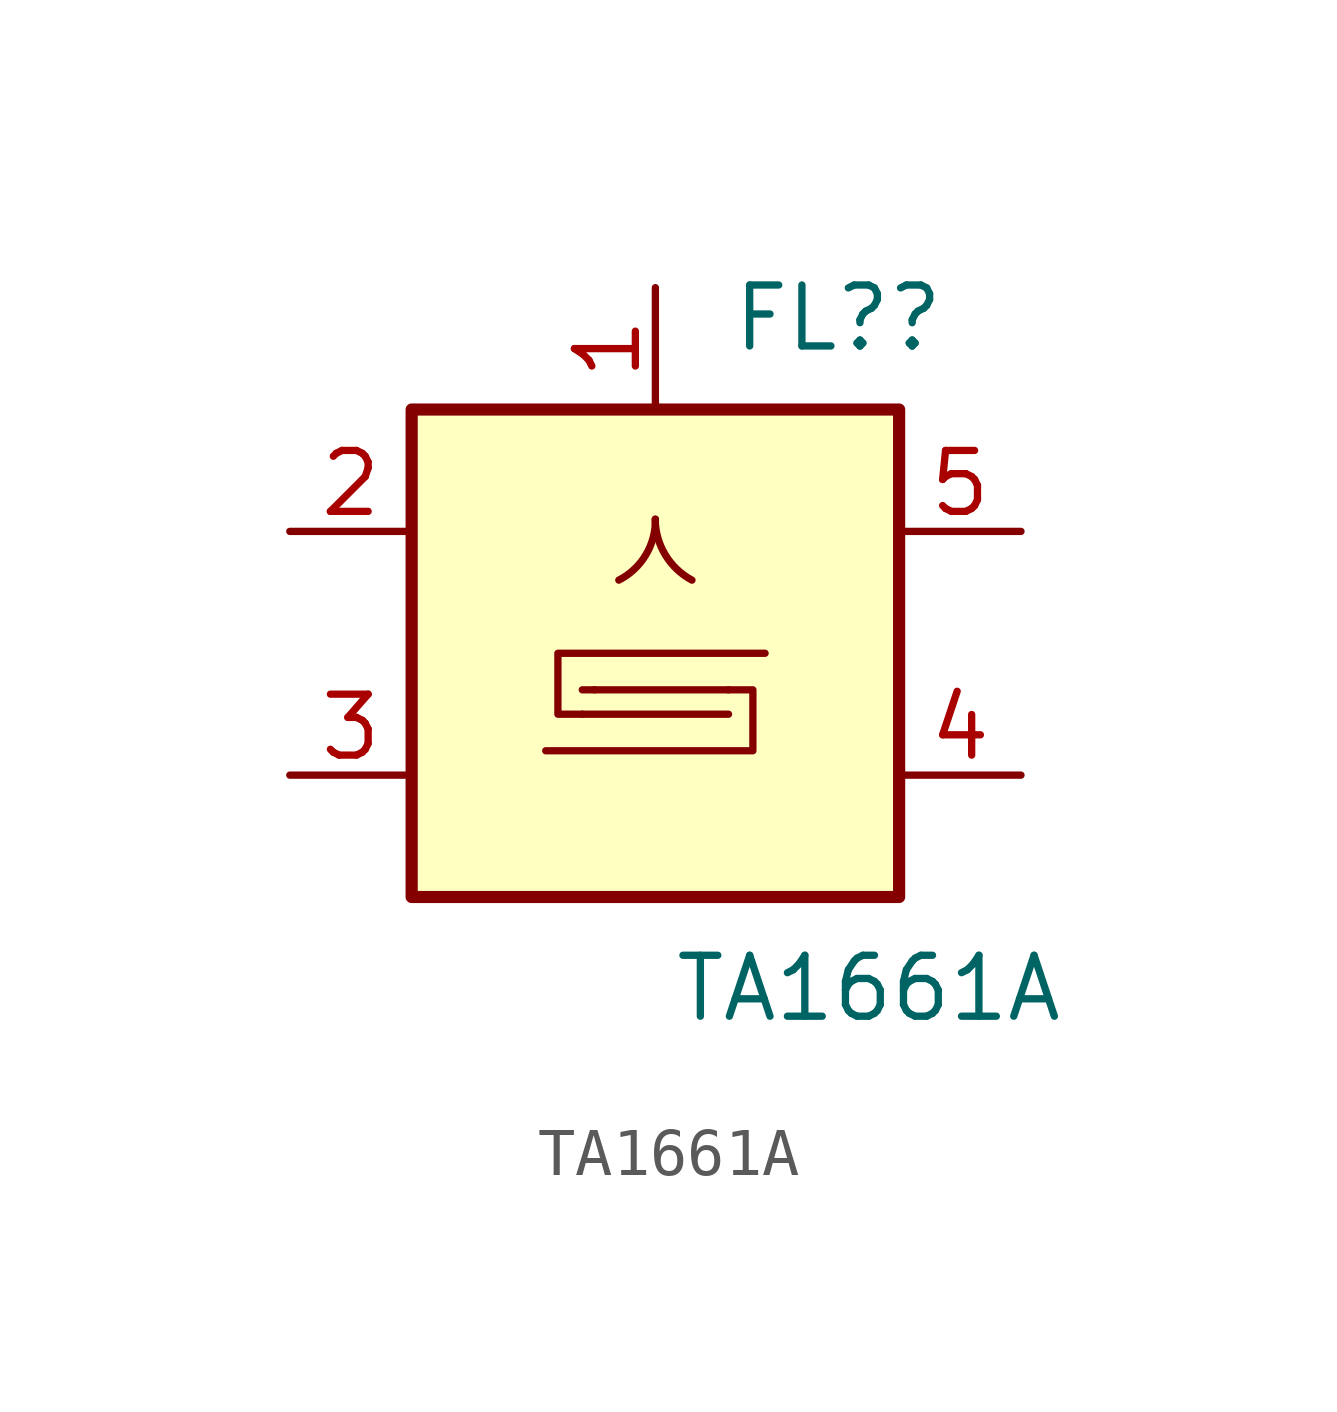
<source format=kicad_sym>
(kicad_symbol_lib
  (version 20211014)
  (generator kicad_symbol_editor)
  (symbol "TA1661A"
    (pin_names
      (offset 1.016))
    (property "Reference" "FL?"
      (at 3.81 6.985 0)
      (effects (font (size 1.27 1.27))))
    (property "Value" "TA1661A"
      (at 4.445 -6.985 0)
      (effects (font (size 1.27 1.27))))
    (symbol "TA1661A_0_1"
      (rectangle (start -5.08 5.08) (end 5.08 -5.08) (stroke (width 0.254) (type default) (color 0 0 0 0)) (fill (type background)))
      (arc (start -0.762 1.524) (mid -0.1988 2.0511) (end 0 2.794) (stroke (width 0) (type default) (color 0 0 0 0)) (fill (type none)))
      (polyline (pts (xy -1.524 -0.762) (xy -1.27 -0.762)) (stroke (width 0) (type default) (color 0 0 0 0)) (fill (type none)))
      (polyline (pts (xy 1.524 -1.27) (xy -1.524 -1.27)) (stroke (width 0) (type default) (color 0 0 0 0)) (fill (type none)))
      (polyline (pts (xy 1.524 -0.762) (xy -1.27 -0.762)) (stroke (width 0) (type default) (color 0 0 0 0)) (fill (type none)))
      (polyline (pts (xy -1.524 -1.27) (xy -2.032 -1.27) (xy -2.032 0) (xy 2.286 0)) (stroke (width 0) (type default) (color 0 0 0 0)) (fill (type none)))
      (polyline (pts (xy 1.524 -0.762) (xy 2.032 -0.762) (xy 2.032 -2.032) (xy -2.286 -2.032)) (stroke (width 0) (type default) (color 0 0 0 0)) (fill (type none)))
      (arc (start 0 2.794) (mid 0.2065 2.0558) (end 0.762 1.524) (stroke (width 0) (type default) (color 0 0 0 0)) (fill (type none))))
    (symbol "TA1661A_1_1"
      (pin passive line (at 0 7.62 270) (length 2.54) (name "~" (effects (font (size 1.27 1.27)))) (number "1" (effects (font (size 1.27 1.27)))))
      (pin passive line (at -7.62 2.54 0) (length 2.54) (name "~" (effects (font (size 1.27 1.27)))) (number "2" (effects (font (size 1.27 1.27)))))
      (pin passive line (at -7.62 -2.54 0) (length 2.54) (name "~" (effects (font (size 1.27 1.27)))) (number "3" (effects (font (size 1.27 1.27)))))
      (pin passive line (at 7.62 -2.54 180) (length 2.54) (name "~" (effects (font (size 1.27 1.27)))) (number "4" (effects (font (size 1.27 1.27)))))
      (pin passive line (at 7.62 2.54 180) (length 2.54) (name "~" (effects (font (size 1.27 1.27)))) (number "5" (effects (font (size 1.27 1.27))))))))
</source>
